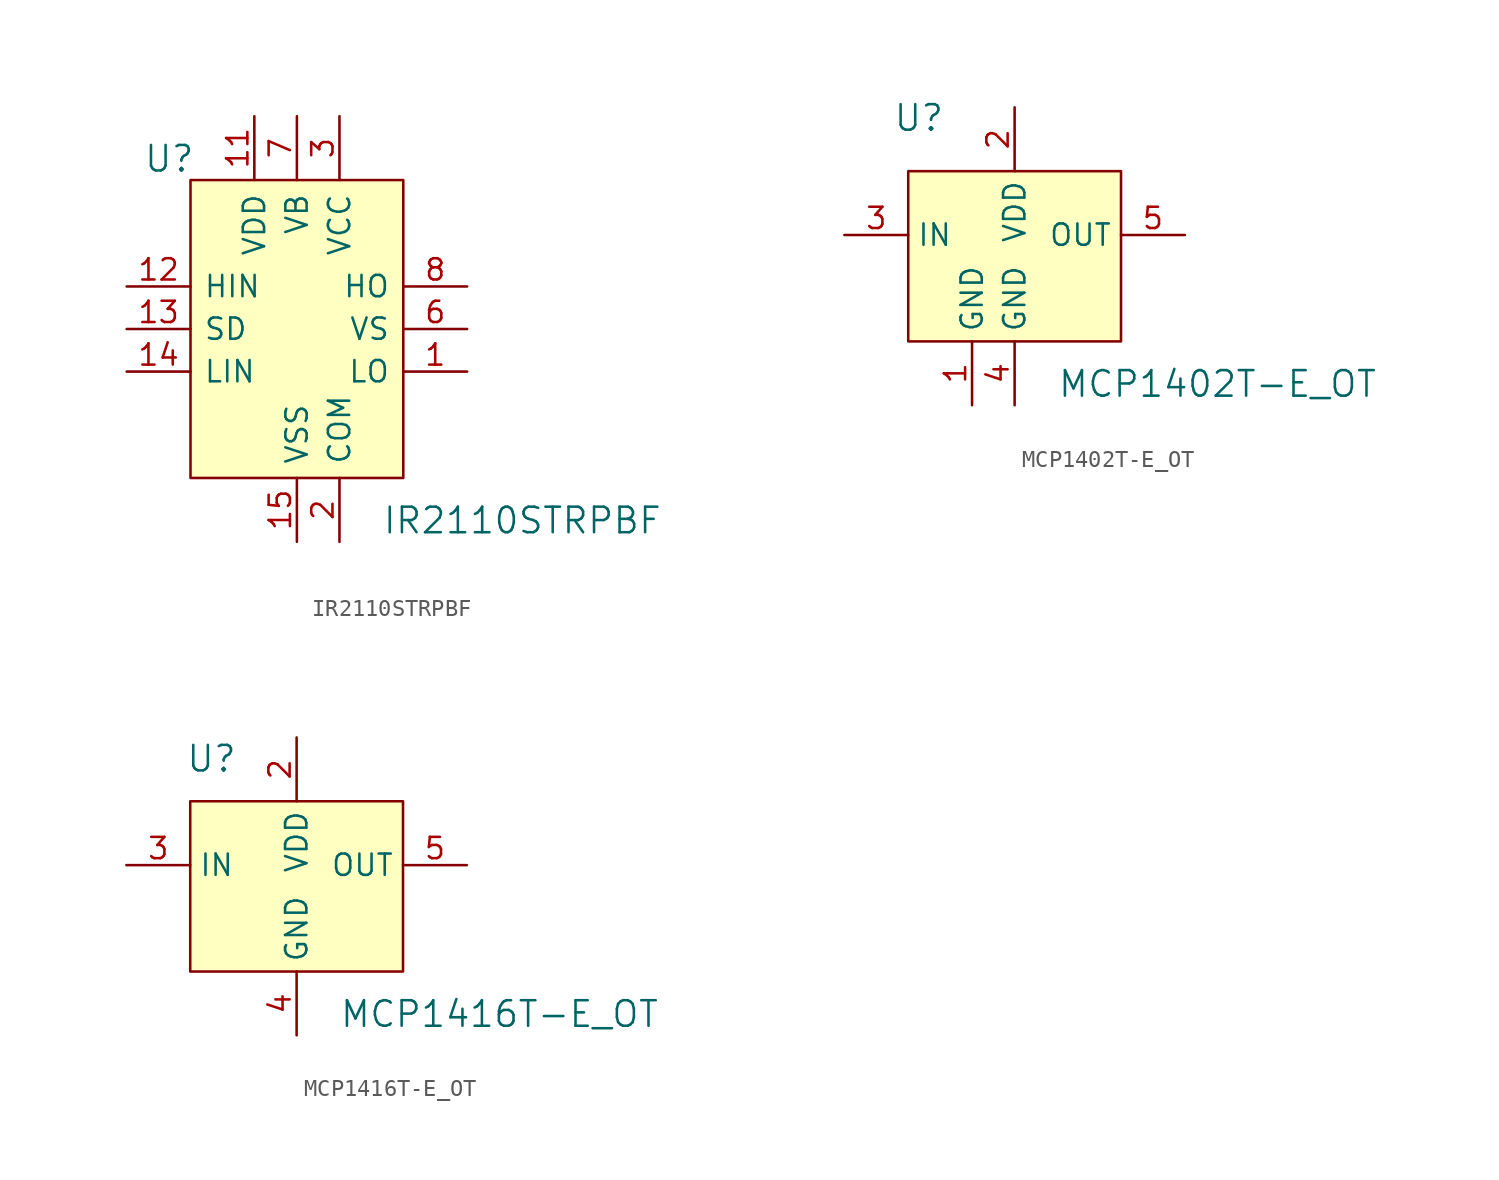
<source format=kicad_sym>
(kicad_symbol_lib
  (version 20231120)
  (generator "kicad_symbol_editor")
  (generator_version "8.0")
  (symbol "IR2110STRPBF"
    (pin_names
      (offset 0.762))
    (property "Reference" "U"
      (at -7.62 10.16 0)
      (effects (font (size 1.524 1.524))))
    (property "Value" "IR2110STRPBF"
      (at 5.08 -11.43 0)
      (effects (font (size 1.524 1.524)) (justify left)))
    (symbol "IR2110STRPBF_0_1"
      (rectangle (start -6.35 8.89) (end 6.35 -8.89) (stroke (width 0) (type default)) (fill (type background))))
    (symbol "IR2110STRPBF_1_1"
      (pin output line (at 10.16 -2.54 180) (length 3.81) (name "LO" (effects (font (size 1.27 1.27)))) (number "1" (effects (font (size 1.27 1.27)))))
      (pin no_connect line (at -6.35 -7.62 0) (length 3.81) hide (name "NC" (effects (font (size 1.27 1.27)))) (number "10" (effects (font (size 1.27 1.27)))))
      (pin power_in line (at -2.54 12.7 270) (length 3.81) (name "VDD" (effects (font (size 1.27 1.27)))) (number "11" (effects (font (size 1.27 1.27)))))
      (pin input line (at -10.16 2.54 0) (length 3.81) (name "HIN" (effects (font (size 1.27 1.27)))) (number "12" (effects (font (size 1.27 1.27)))))
      (pin input line (at -10.16 0 0) (length 3.81) (name "SD" (effects (font (size 1.27 1.27)))) (number "13" (effects (font (size 1.27 1.27)))))
      (pin input line (at -10.16 -2.54 0) (length 3.81) (name "LIN" (effects (font (size 1.27 1.27)))) (number "14" (effects (font (size 1.27 1.27)))))
      (pin power_in line (at 0 -12.7 90) (length 3.81) (name "VSS" (effects (font (size 1.27 1.27)))) (number "15" (effects (font (size 1.27 1.27)))))
      (pin no_connect line (at -6.35 -8.89 0) (length 3.81) hide (name "NC" (effects (font (size 1.27 1.27)))) (number "16" (effects (font (size 1.27 1.27)))))
      (pin power_in line (at 2.54 -12.7 90) (length 3.81) (name "COM" (effects (font (size 1.27 1.27)))) (number "2" (effects (font (size 1.27 1.27)))))
      (pin power_in line (at 2.54 12.7 270) (length 3.81) (name "VCC" (effects (font (size 1.27 1.27)))) (number "3" (effects (font (size 1.27 1.27)))))
      (pin no_connect line (at -6.35 -3.81 0) (length 3.81) hide (name "NC" (effects (font (size 1.27 1.27)))) (number "4" (effects (font (size 1.27 1.27)))))
      (pin no_connect line (at -6.35 -5.08 0) (length 3.81) hide (name "NC" (effects (font (size 1.27 1.27)))) (number "5" (effects (font (size 1.27 1.27)))))
      (pin power_in line (at 10.16 0 180) (length 3.81) (name "VS" (effects (font (size 1.27 1.27)))) (number "6" (effects (font (size 1.27 1.27)))))
      (pin power_in line (at 0 12.7 270) (length 3.81) (name "VB" (effects (font (size 1.27 1.27)))) (number "7" (effects (font (size 1.27 1.27)))))
      (pin output line (at 10.16 2.54 180) (length 3.81) (name "HO" (effects (font (size 1.27 1.27)))) (number "8" (effects (font (size 1.27 1.27)))))
      (pin no_connect line (at -6.35 -6.35 0) (length 3.81) hide (name "NC" (effects (font (size 1.27 1.27)))) (number "9" (effects (font (size 1.27 1.27)))))))
  (symbol "MCP1402T-E_OT"
    (property "Reference" "U"
      (at -5.715 6.985 0)
      (effects (font (size 1.524 1.524))))
    (property "Value" "MCP1402T-E_OT"
      (at 2.54 -8.89 0)
      (effects (font (size 1.524 1.524)) (justify left)))
    (symbol "MCP1402T-E_OT_0_1"
      (rectangle (start -6.35 3.81) (end 6.35 -6.35) (stroke (width 0) (type default)) (fill (type background))))
    (symbol "MCP1402T-E_OT_1_1"
      (pin power_in line (at -2.54 -10.16 90) (length 3.81) (name "GND" (effects (font (size 1.27 1.27)))) (number "1" (effects (font (size 1.27 1.27)))))
      (pin power_in line (at 0 7.62 270) (length 3.81) (name "VDD" (effects (font (size 1.27 1.27)))) (number "2" (effects (font (size 1.27 1.27)))))
      (pin input line (at -10.16 0 0) (length 3.81) (name "IN" (effects (font (size 1.27 1.27)))) (number "3" (effects (font (size 1.27 1.27)))))
      (pin power_in line (at 0 -10.16 90) (length 3.81) (name "GND" (effects (font (size 1.27 1.27)))) (number "4" (effects (font (size 1.27 1.27)))))
      (pin output line (at 10.16 0 180) (length 3.81) (name "OUT" (effects (font (size 1.27 1.27)))) (number "5" (effects (font (size 1.27 1.27)))))))
  (symbol "MCP1416T-E_OT"
    (property "Reference" "U"
      (at -5.08 8.89 0)
      (effects (font (size 1.524 1.524))))
    (property "Value" "MCP1416T-E_OT"
      (at 2.54 -6.35 0)
      (effects (font (size 1.524 1.524)) (justify left)))
    (symbol "MCP1416T-E_OT_0_1"
      (rectangle (start -6.35 6.35) (end 6.35 -3.81) (stroke (width 0) (type default)) (fill (type background))))
    (symbol "MCP1416T-E_OT_1_1"
      (pin no_connect line (at -6.35 -1.27 0) (length 3.81) hide (name "NC" (effects (font (size 1.27 1.27)))) (number "1" (effects (font (size 1.27 1.27)))))
      (pin power_in line (at 0 10.16 270) (length 3.81) (name "VDD" (effects (font (size 1.27 1.27)))) (number "2" (effects (font (size 1.27 1.27)))))
      (pin input line (at -10.16 2.54 0) (length 3.81) (name "IN" (effects (font (size 1.27 1.27)))) (number "3" (effects (font (size 1.27 1.27)))))
      (pin power_in line (at 0 -7.62 90) (length 3.81) (name "GND" (effects (font (size 1.27 1.27)))) (number "4" (effects (font (size 1.27 1.27)))))
      (pin output line (at 10.16 2.54 180) (length 3.81) (name "OUT" (effects (font (size 1.27 1.27)))) (number "5" (effects (font (size 1.27 1.27))))))))
</source>
